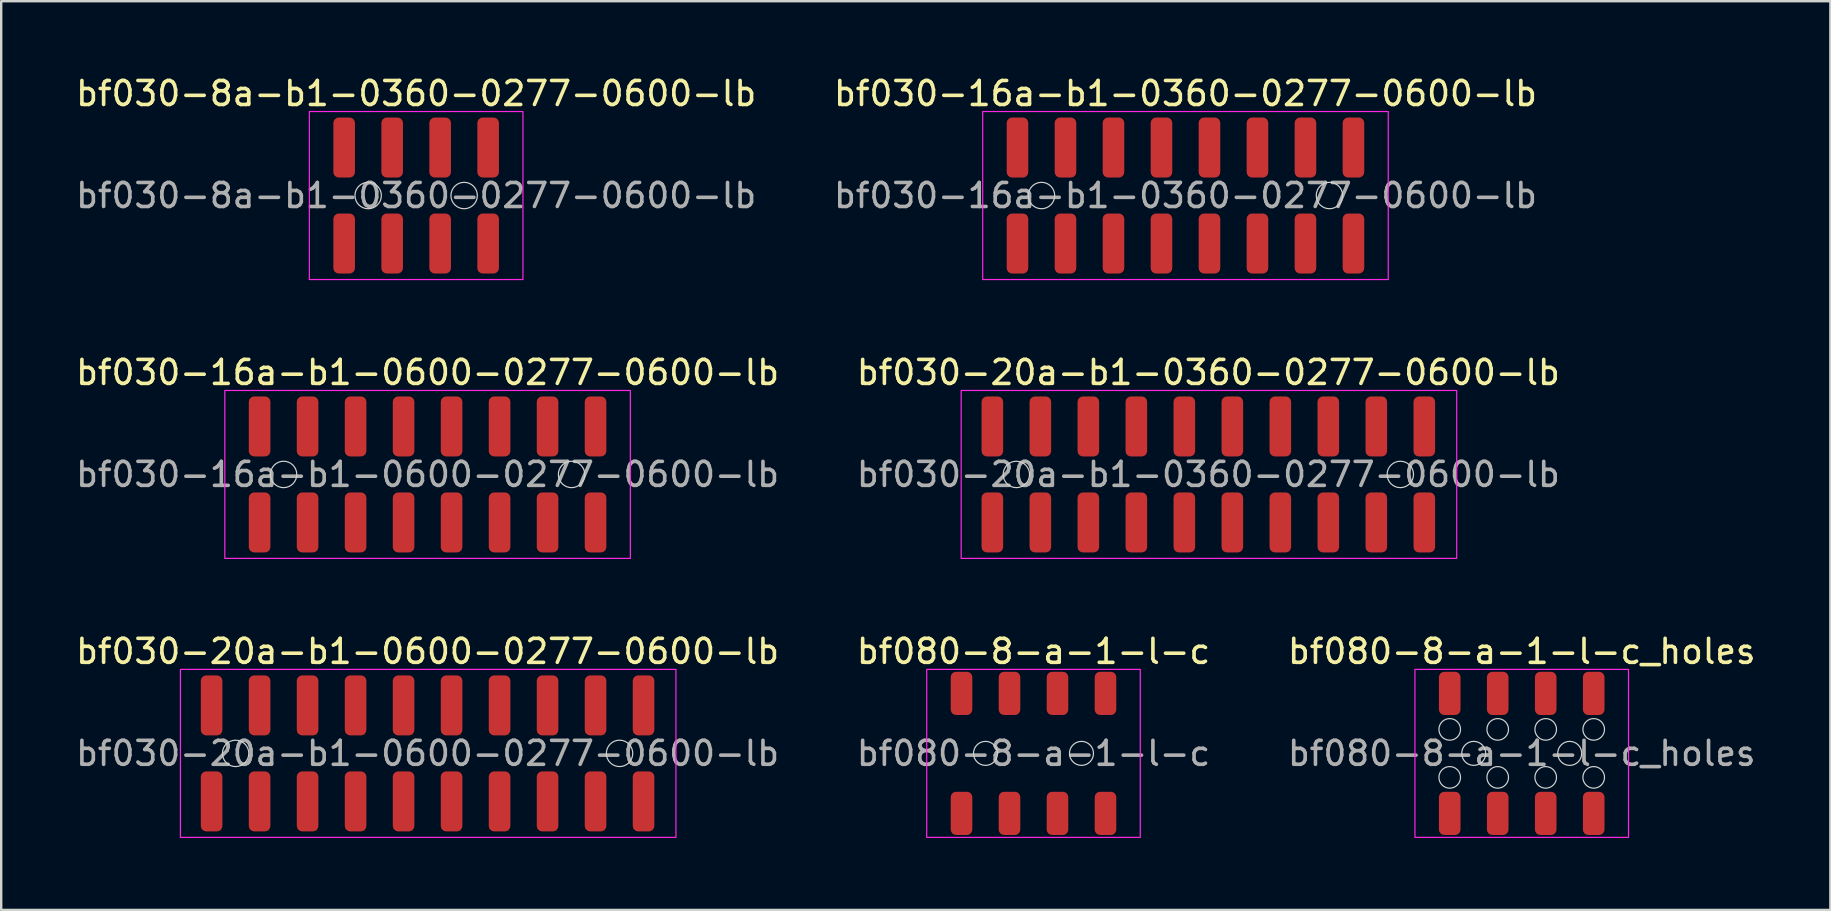
<source format=kicad_pcb>
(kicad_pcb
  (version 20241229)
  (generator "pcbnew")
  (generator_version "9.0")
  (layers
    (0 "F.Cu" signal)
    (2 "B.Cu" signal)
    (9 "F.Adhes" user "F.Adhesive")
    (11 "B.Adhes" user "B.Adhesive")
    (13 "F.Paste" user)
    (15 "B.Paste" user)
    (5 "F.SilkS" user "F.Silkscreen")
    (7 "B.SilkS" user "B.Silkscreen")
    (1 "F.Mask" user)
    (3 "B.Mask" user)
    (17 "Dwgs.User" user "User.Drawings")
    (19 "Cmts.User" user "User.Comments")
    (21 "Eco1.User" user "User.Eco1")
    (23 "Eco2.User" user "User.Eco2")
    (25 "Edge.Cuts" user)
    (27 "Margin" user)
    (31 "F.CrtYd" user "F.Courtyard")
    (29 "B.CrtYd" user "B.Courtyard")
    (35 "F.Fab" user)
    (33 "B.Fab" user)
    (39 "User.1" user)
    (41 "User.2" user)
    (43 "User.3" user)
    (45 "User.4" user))
  (footprint "bf030-20a-b1-0600-0277-0600-lb"
    (layer "F.Cu")
    (at 14.768 28.345)
    (property "Reference" "bf030-20a-b1-0600-0277-0600-lb" (at 0 -4.25 0) (unlocked yes) (layer "F.SilkS") (effects (font (size 1 1) (thickness 0.15))))
    (attr smd)
    (fp_circle (center -8 0) (end -7.45 0) (stroke (width 0.05) (type default)) (fill no) (layer "Edge.Cuts"))
    (fp_circle (center 8 0) (end 8.55 0) (stroke (width 0.05) (type default)) (fill no) (layer "Edge.Cuts"))
    (fp_poly (pts (xy -10.3 -3.5) (xy -10.3 3.5) (xy 10.35 3.5) (xy 10.35 -3.5)) (stroke (width 0.05) (type solid)) (fill no) (layer "F.CrtYd"))
    (fp_text user "${REFERENCE}" (at 0 0 0) (unlocked yes) (layer "F.Fab") (effects (font (size 1 1) (thickness 0.15))))
    (pad "1" smd roundrect (at -9 -2) (size 0.9 2.5) (layers "F.Cu" "F.Mask" "F.Paste") (roundrect_rratio 0.25))
    (pad "2" smd roundrect (at -9 2) (size 0.9 2.5) (layers "F.Cu" "F.Mask" "F.Paste") (roundrect_rratio 0.25))
    (pad "3" smd roundrect (at -7 -2) (size 0.9 2.5) (layers "F.Cu" "F.Mask" "F.Paste") (roundrect_rratio 0.25))
    (pad "4" smd roundrect (at -7 2) (size 0.9 2.5) (layers "F.Cu" "F.Mask" "F.Paste") (roundrect_rratio 0.25))
    (pad "5" smd roundrect (at -5 -2) (size 0.9 2.5) (layers "F.Cu" "F.Mask" "F.Paste") (roundrect_rratio 0.25))
    (pad "6" smd roundrect (at -5 2) (size 0.9 2.5) (layers "F.Cu" "F.Mask" "F.Paste") (roundrect_rratio 0.25))
    (pad "7" smd roundrect (at -3 -2) (size 0.9 2.5) (layers "F.Cu" "F.Mask" "F.Paste") (roundrect_rratio 0.25))
    (pad "8" smd roundrect (at -3 2) (size 0.9 2.5) (layers "F.Cu" "F.Mask" "F.Paste") (roundrect_rratio 0.25))
    (pad "9" smd roundrect (at -1 -2) (size 0.9 2.5) (layers "F.Cu" "F.Mask" "F.Paste") (roundrect_rratio 0.25))
    (pad "10" smd roundrect (at -1 2) (size 0.9 2.5) (layers "F.Cu" "F.Mask" "F.Paste") (roundrect_rratio 0.25))
    (pad "11" smd roundrect (at 1 -2) (size 0.9 2.5) (layers "F.Cu" "F.Mask" "F.Paste") (roundrect_rratio 0.25))
    (pad "12" smd roundrect (at 1 2) (size 0.9 2.5) (layers "F.Cu" "F.Mask" "F.Paste") (roundrect_rratio 0.25))
    (pad "13" smd roundrect (at 3 -2) (size 0.9 2.5) (layers "F.Cu" "F.Mask" "F.Paste") (roundrect_rratio 0.25))
    (pad "14" smd roundrect (at 3 2) (size 0.9 2.5) (layers "F.Cu" "F.Mask" "F.Paste") (roundrect_rratio 0.25))
    (pad "15" smd roundrect (at 5 -2) (size 0.9 2.5) (layers "F.Cu" "F.Mask" "F.Paste") (roundrect_rratio 0.25))
    (pad "16" smd roundrect (at 5 2) (size 0.9 2.5) (layers "F.Cu" "F.Mask" "F.Paste") (roundrect_rratio 0.25))
    (pad "17" smd roundrect (at 7 -2) (size 0.9 2.5) (layers "F.Cu" "F.Mask" "F.Paste") (roundrect_rratio 0.25))
    (pad "18" smd roundrect (at 7 2) (size 0.9 2.5) (layers "F.Cu" "F.Mask" "F.Paste") (roundrect_rratio 0.25))
    (pad "19" smd roundrect (at 9 -2) (size 0.9 2.5) (layers "F.Cu" "F.Mask" "F.Paste") (roundrect_rratio 0.25))
    (pad "20" smd roundrect (at 9 2) (size 0.9 2.5) (layers "F.Cu" "F.Mask" "F.Paste") (roundrect_rratio 0.25)))
  (footprint "bf030-20a-b1-0360-0277-0600-lb"
    (layer "F.Cu")
    (at 47.304 16.721)
    (property "Reference" "bf030-20a-b1-0360-0277-0600-lb" (at 0 -4.25 0) (unlocked yes) (layer "F.SilkS") (effects (font (size 1 1) (thickness 0.15))))
    (attr smd)
    (fp_circle (center -8 0) (end -7.45 0) (stroke (width 0.05) (type default)) (fill no) (layer "Edge.Cuts"))
    (fp_circle (center 8 0) (end 8.55 0) (stroke (width 0.05) (type default)) (fill no) (layer "Edge.Cuts"))
    (fp_poly (pts (xy -10.3 -3.5) (xy -10.3 3.5) (xy 10.35 3.5) (xy 10.35 -3.5)) (stroke (width 0.05) (type solid)) (fill no) (layer "F.CrtYd"))
    (fp_text user "${REFERENCE}" (at 0 0 0) (unlocked yes) (layer "F.Fab") (effects (font (size 1 1) (thickness 0.15))))
    (pad "1" smd roundrect (at -9 -2) (size 0.9 2.5) (layers "F.Cu" "F.Mask" "F.Paste") (roundrect_rratio 0.25))
    (pad "2" smd roundrect (at -9 2) (size 0.9 2.5) (layers "F.Cu" "F.Mask" "F.Paste") (roundrect_rratio 0.25))
    (pad "3" smd roundrect (at -7 -2) (size 0.9 2.5) (layers "F.Cu" "F.Mask" "F.Paste") (roundrect_rratio 0.25))
    (pad "4" smd roundrect (at -7 2) (size 0.9 2.5) (layers "F.Cu" "F.Mask" "F.Paste") (roundrect_rratio 0.25))
    (pad "5" smd roundrect (at -5 -2) (size 0.9 2.5) (layers "F.Cu" "F.Mask" "F.Paste") (roundrect_rratio 0.25))
    (pad "6" smd roundrect (at -5 2) (size 0.9 2.5) (layers "F.Cu" "F.Mask" "F.Paste") (roundrect_rratio 0.25))
    (pad "7" smd roundrect (at -3 -2) (size 0.9 2.5) (layers "F.Cu" "F.Mask" "F.Paste") (roundrect_rratio 0.25))
    (pad "8" smd roundrect (at -3 2) (size 0.9 2.5) (layers "F.Cu" "F.Mask" "F.Paste") (roundrect_rratio 0.25))
    (pad "9" smd roundrect (at -1 -2) (size 0.9 2.5) (layers "F.Cu" "F.Mask" "F.Paste") (roundrect_rratio 0.25))
    (pad "10" smd roundrect (at -1 2) (size 0.9 2.5) (layers "F.Cu" "F.Mask" "F.Paste") (roundrect_rratio 0.25))
    (pad "11" smd roundrect (at 1 -2) (size 0.9 2.5) (layers "F.Cu" "F.Mask" "F.Paste") (roundrect_rratio 0.25))
    (pad "12" smd roundrect (at 1 2) (size 0.9 2.5) (layers "F.Cu" "F.Mask" "F.Paste") (roundrect_rratio 0.25))
    (pad "13" smd roundrect (at 3 -2) (size 0.9 2.5) (layers "F.Cu" "F.Mask" "F.Paste") (roundrect_rratio 0.25))
    (pad "14" smd roundrect (at 3 2) (size 0.9 2.5) (layers "F.Cu" "F.Mask" "F.Paste") (roundrect_rratio 0.25))
    (pad "15" smd roundrect (at 5 -2) (size 0.9 2.5) (layers "F.Cu" "F.Mask" "F.Paste") (roundrect_rratio 0.25))
    (pad "16" smd roundrect (at 5 2) (size 0.9 2.5) (layers "F.Cu" "F.Mask" "F.Paste") (roundrect_rratio 0.25))
    (pad "17" smd roundrect (at 7 -2) (size 0.9 2.5) (layers "F.Cu" "F.Mask" "F.Paste") (roundrect_rratio 0.25))
    (pad "18" smd roundrect (at 7 2) (size 0.9 2.5) (layers "F.Cu" "F.Mask" "F.Paste") (roundrect_rratio 0.25))
    (pad "19" smd roundrect (at 9 -2) (size 0.9 2.5) (layers "F.Cu" "F.Mask" "F.Paste") (roundrect_rratio 0.25))
    (pad "20" smd roundrect (at 9 2) (size 0.9 2.5) (layers "F.Cu" "F.Mask" "F.Paste") (roundrect_rratio 0.25)))
  (footprint "bf080-8-a-1-l-c_holes"
    (layer "F.Cu")
    (at 60.363 28.345)
    (property "Reference" "bf080-8-a-1-l-c_holes" (at 0 -4.25 0) (unlocked yes) (layer "F.SilkS") (effects (font (size 1 1) (thickness 0.15))))
    (attr smd)
    (fp_circle (center -3 -1) (end -2.55 -1) (stroke (width 0.05) (type default)) (fill no) (layer "Edge.Cuts"))
    (fp_circle (center -3 1) (end -2.55 1) (stroke (width 0.05) (type default)) (fill no) (layer "Edge.Cuts"))
    (fp_circle (center -2 0) (end -1.5 0) (stroke (width 0.05) (type default)) (fill no) (layer "Edge.Cuts"))
    (fp_circle (center -1 -1) (end -0.55 -1) (stroke (width 0.05) (type default)) (fill no) (layer "Edge.Cuts"))
    (fp_circle (center -1 1) (end -0.55 1) (stroke (width 0.05) (type default)) (fill no) (layer "Edge.Cuts"))
    (fp_circle (center 1 -1) (end 1.45 -1) (stroke (width 0.05) (type default)) (fill no) (layer "Edge.Cuts"))
    (fp_circle (center 1 1) (end 1.45 1) (stroke (width 0.05) (type default)) (fill no) (layer "Edge.Cuts"))
    (fp_circle (center 2 0) (end 2.5 0) (stroke (width 0.05) (type default)) (fill no) (layer "Edge.Cuts"))
    (fp_circle (center 3 -1) (end 3.45 -1) (stroke (width 0.05) (type default)) (fill no) (layer "Edge.Cuts"))
    (fp_circle (center 3 1) (end 3.45 1) (stroke (width 0.05) (type default)) (fill no) (layer "Edge.Cuts"))
    (fp_poly (pts (xy -4.45 -3.5) (xy -4.45 3.5) (xy 4.45 3.5) (xy 4.45 -3.5)) (stroke (width 0.05) (type solid)) (fill no) (layer "F.CrtYd"))
    (fp_text user "${REFERENCE}" (at 0 0 0) (unlocked yes) (layer "F.Fab") (effects (font (size 1 1) (thickness 0.15))))
    (pad "1" smd roundrect (at -3 -2.5) (size 0.9 1.8) (layers "F.Cu" "F.Mask" "F.Paste") (roundrect_rratio 0.25))
    (pad "2" smd roundrect (at -3 2.5) (size 0.9 1.8) (layers "F.Cu" "F.Mask" "F.Paste") (roundrect_rratio 0.25))
    (pad "3" smd roundrect (at -1 -2.5) (size 0.9 1.8) (layers "F.Cu" "F.Mask" "F.Paste") (roundrect_rratio 0.25))
    (pad "4" smd roundrect (at -1 2.5) (size 0.9 1.8) (layers "F.Cu" "F.Mask" "F.Paste") (roundrect_rratio 0.25))
    (pad "5" smd roundrect (at 1 -2.5) (size 0.9 1.8) (layers "F.Cu" "F.Mask" "F.Paste") (roundrect_rratio 0.25))
    (pad "6" smd roundrect (at 1 2.5) (size 0.9 1.8) (layers "F.Cu" "F.Mask" "F.Paste") (roundrect_rratio 0.25))
    (pad "7" smd roundrect (at 3 -2.5) (size 0.9 1.8) (layers "F.Cu" "F.Mask" "F.Paste") (roundrect_rratio 0.25))
    (pad "8" smd roundrect (at 3 2.5) (size 0.9 1.8) (layers "F.Cu" "F.Mask" "F.Paste") (roundrect_rratio 0.25)))
  (footprint "bf030-16a-b1-0600-0277-0600-lb"
    (layer "F.Cu")
    (at 14.768 16.721)
    (property "Reference" "bf030-16a-b1-0600-0277-0600-lb" (at 0 -4.25 0) (unlocked yes) (layer "F.SilkS") (effects (font (size 1 1) (thickness 0.15))))
    (attr smd)
    (fp_circle (center -6 0) (end -5.45 0) (stroke (width 0.05) (type default)) (fill no) (layer "Edge.Cuts"))
    (fp_circle (center 6 0) (end 6.55 0) (stroke (width 0.05) (type default)) (fill no) (layer "Edge.Cuts"))
    (fp_poly (pts (xy -8.45 -3.5) (xy -8.45 3.5) (xy 8.45 3.5) (xy 8.45 -3.5)) (stroke (width 0.05) (type solid)) (fill no) (layer "F.CrtYd"))
    (fp_text user "${REFERENCE}" (at 0 0 0) (unlocked yes) (layer "F.Fab") (effects (font (size 1 1) (thickness 0.15))))
    (pad "1" smd roundrect (at -7 -2) (size 0.9 2.5) (layers "F.Cu" "F.Mask" "F.Paste") (roundrect_rratio 0.25))
    (pad "2" smd roundrect (at -7 2) (size 0.9 2.5) (layers "F.Cu" "F.Mask" "F.Paste") (roundrect_rratio 0.25))
    (pad "3" smd roundrect (at -5 -2) (size 0.9 2.5) (layers "F.Cu" "F.Mask" "F.Paste") (roundrect_rratio 0.25))
    (pad "4" smd roundrect (at -5 2) (size 0.9 2.5) (layers "F.Cu" "F.Mask" "F.Paste") (roundrect_rratio 0.25))
    (pad "5" smd roundrect (at -3 -2) (size 0.9 2.5) (layers "F.Cu" "F.Mask" "F.Paste") (roundrect_rratio 0.25))
    (pad "6" smd roundrect (at -3 2) (size 0.9 2.5) (layers "F.Cu" "F.Mask" "F.Paste") (roundrect_rratio 0.25))
    (pad "7" smd roundrect (at -1 -2) (size 0.9 2.5) (layers "F.Cu" "F.Mask" "F.Paste") (roundrect_rratio 0.25))
    (pad "8" smd roundrect (at -1 2) (size 0.9 2.5) (layers "F.Cu" "F.Mask" "F.Paste") (roundrect_rratio 0.25))
    (pad "9" smd roundrect (at 1 -2) (size 0.9 2.5) (layers "F.Cu" "F.Mask" "F.Paste") (roundrect_rratio 0.25))
    (pad "10" smd roundrect (at 1 2) (size 0.9 2.5) (layers "F.Cu" "F.Mask" "F.Paste") (roundrect_rratio 0.25))
    (pad "11" smd roundrect (at 3 -2) (size 0.9 2.5) (layers "F.Cu" "F.Mask" "F.Paste") (roundrect_rratio 0.25))
    (pad "12" smd roundrect (at 3 2) (size 0.9 2.5) (layers "F.Cu" "F.Mask" "F.Paste") (roundrect_rratio 0.25))
    (pad "13" smd roundrect (at 5 -2) (size 0.9 2.5) (layers "F.Cu" "F.Mask" "F.Paste") (roundrect_rratio 0.25))
    (pad "14" smd roundrect (at 5 2) (size 0.9 2.5) (layers "F.Cu" "F.Mask" "F.Paste") (roundrect_rratio 0.25))
    (pad "15" smd roundrect (at 7 -2) (size 0.9 2.5) (layers "F.Cu" "F.Mask" "F.Paste") (roundrect_rratio 0.25))
    (pad "16" smd roundrect (at 7 2) (size 0.9 2.5) (layers "F.Cu" "F.Mask" "F.Paste") (roundrect_rratio 0.25)))
  (footprint "bf030-8a-b1-0360-0277-0600-lb"
    (layer "F.Cu")
    (at 14.292 5.098)
    (property "Reference" "bf030-8a-b1-0360-0277-0600-lb" (at 0 -4.25 0) (unlocked yes) (layer "F.SilkS") (effects (font (size 1 1) (thickness 0.15))))
    (attr smd)
    (fp_circle (center -2 0) (end -1.45 0) (stroke (width 0.05) (type default)) (fill no) (layer "Edge.Cuts"))
    (fp_circle (center 2 0) (end 2.55 0) (stroke (width 0.05) (type default)) (fill no) (layer "Edge.Cuts"))
    (fp_poly (pts (xy -4.45 -3.5) (xy -4.45 3.5) (xy 4.45 3.5) (xy 4.45 -3.5)) (stroke (width 0.05) (type solid)) (fill no) (layer "F.CrtYd"))
    (fp_text user "${REFERENCE}" (at 0 0 0) (unlocked yes) (layer "F.Fab") (effects (font (size 1 1) (thickness 0.15))))
    (pad "1" smd roundrect (at -3 -2) (size 0.9 2.5) (layers "F.Cu" "F.Mask" "F.Paste") (roundrect_rratio 0.25))
    (pad "2" smd roundrect (at -3 2) (size 0.9 2.5) (layers "F.Cu" "F.Mask" "F.Paste") (roundrect_rratio 0.25))
    (pad "3" smd roundrect (at -1 -2) (size 0.9 2.5) (layers "F.Cu" "F.Mask" "F.Paste") (roundrect_rratio 0.25))
    (pad "4" smd roundrect (at -1 2) (size 0.9 2.5) (layers "F.Cu" "F.Mask" "F.Paste") (roundrect_rratio 0.25))
    (pad "5" smd roundrect (at 1 -2) (size 0.9 2.5) (layers "F.Cu" "F.Mask" "F.Paste") (roundrect_rratio 0.25))
    (pad "6" smd roundrect (at 1 2) (size 0.9 2.5) (layers "F.Cu" "F.Mask" "F.Paste") (roundrect_rratio 0.25))
    (pad "7" smd roundrect (at 3 -2) (size 0.9 2.5) (layers "F.Cu" "F.Mask" "F.Paste") (roundrect_rratio 0.25))
    (pad "8" smd roundrect (at 3 2) (size 0.9 2.5) (layers "F.Cu" "F.Mask" "F.Paste") (roundrect_rratio 0.25)))
  (footprint "bf030-16a-b1-0360-0277-0600-lb"
    (layer "F.Cu")
    (at 46.351 5.098)
    (property "Reference" "bf030-16a-b1-0360-0277-0600-lb" (at 0 -4.25 0) (unlocked yes) (layer "F.SilkS") (effects (font (size 1 1) (thickness 0.15))))
    (attr smd)
    (fp_circle (center -6 0) (end -5.45 0) (stroke (width 0.05) (type default)) (fill no) (layer "Edge.Cuts"))
    (fp_circle (center 6 0) (end 6.55 0) (stroke (width 0.05) (type default)) (fill no) (layer "Edge.Cuts"))
    (fp_poly (pts (xy -8.45 -3.5) (xy -8.45 3.5) (xy 8.45 3.5) (xy 8.45 -3.5)) (stroke (width 0.05) (type solid)) (fill no) (layer "F.CrtYd"))
    (fp_text user "${REFERENCE}" (at 0 0 0) (unlocked yes) (layer "F.Fab") (effects (font (size 1 1) (thickness 0.15))))
    (pad "1" smd roundrect (at -7 -2) (size 0.9 2.5) (layers "F.Cu" "F.Mask" "F.Paste") (roundrect_rratio 0.25))
    (pad "2" smd roundrect (at -7 2) (size 0.9 2.5) (layers "F.Cu" "F.Mask" "F.Paste") (roundrect_rratio 0.25))
    (pad "3" smd roundrect (at -5 -2) (size 0.9 2.5) (layers "F.Cu" "F.Mask" "F.Paste") (roundrect_rratio 0.25))
    (pad "4" smd roundrect (at -5 2) (size 0.9 2.5) (layers "F.Cu" "F.Mask" "F.Paste") (roundrect_rratio 0.25))
    (pad "5" smd roundrect (at -3 -2) (size 0.9 2.5) (layers "F.Cu" "F.Mask" "F.Paste") (roundrect_rratio 0.25))
    (pad "6" smd roundrect (at -3 2) (size 0.9 2.5) (layers "F.Cu" "F.Mask" "F.Paste") (roundrect_rratio 0.25))
    (pad "7" smd roundrect (at -1 -2) (size 0.9 2.5) (layers "F.Cu" "F.Mask" "F.Paste") (roundrect_rratio 0.25))
    (pad "8" smd roundrect (at -1 2) (size 0.9 2.5) (layers "F.Cu" "F.Mask" "F.Paste") (roundrect_rratio 0.25))
    (pad "9" smd roundrect (at 1 -2) (size 0.9 2.5) (layers "F.Cu" "F.Mask" "F.Paste") (roundrect_rratio 0.25))
    (pad "10" smd roundrect (at 1 2) (size 0.9 2.5) (layers "F.Cu" "F.Mask" "F.Paste") (roundrect_rratio 0.25))
    (pad "11" smd roundrect (at 3 -2) (size 0.9 2.5) (layers "F.Cu" "F.Mask" "F.Paste") (roundrect_rratio 0.25))
    (pad "12" smd roundrect (at 3 2) (size 0.9 2.5) (layers "F.Cu" "F.Mask" "F.Paste") (roundrect_rratio 0.25))
    (pad "13" smd roundrect (at 5 -2) (size 0.9 2.5) (layers "F.Cu" "F.Mask" "F.Paste") (roundrect_rratio 0.25))
    (pad "14" smd roundrect (at 5 2) (size 0.9 2.5) (layers "F.Cu" "F.Mask" "F.Paste") (roundrect_rratio 0.25))
    (pad "15" smd roundrect (at 7 -2) (size 0.9 2.5) (layers "F.Cu" "F.Mask" "F.Paste") (roundrect_rratio 0.25))
    (pad "16" smd roundrect (at 7 2) (size 0.9 2.5) (layers "F.Cu" "F.Mask" "F.Paste") (roundrect_rratio 0.25)))
  (footprint "bf080-8-a-1-l-c"
    (layer "F.Cu")
    (at 40.018 28.345)
    (property "Reference" "bf080-8-a-1-l-c" (at 0 -4.25 0) (unlocked yes) (layer "F.SilkS") (effects (font (size 1 1) (thickness 0.15))))
    (attr smd)
    (fp_circle (center -2 0) (end -1.5 0) (stroke (width 0.05) (type default)) (fill no) (layer "Edge.Cuts"))
    (fp_circle (center 2 0) (end 2.5 0) (stroke (width 0.05) (type default)) (fill no) (layer "Edge.Cuts"))
    (fp_poly (pts (xy -4.45 -3.5) (xy -4.45 3.5) (xy 4.45 3.5) (xy 4.45 -3.5)) (stroke (width 0.05) (type solid)) (fill no) (layer "F.CrtYd"))
    (fp_text user "${REFERENCE}" (at 0 0 0) (unlocked yes) (layer "F.Fab") (effects (font (size 1 1) (thickness 0.15))))
    (pad "1" smd roundrect (at -3 -2.5) (size 0.9 1.8) (layers "F.Cu" "F.Mask" "F.Paste") (roundrect_rratio 0.25))
    (pad "2" smd roundrect (at -3 2.5) (size 0.9 1.8) (layers "F.Cu" "F.Mask" "F.Paste") (roundrect_rratio 0.25))
    (pad "3" smd roundrect (at -1 -2.5) (size 0.9 1.8) (layers "F.Cu" "F.Mask" "F.Paste") (roundrect_rratio 0.25))
    (pad "4" smd roundrect (at -1 2.5) (size 0.9 1.8) (layers "F.Cu" "F.Mask" "F.Paste") (roundrect_rratio 0.25))
    (pad "5" smd roundrect (at 1 -2.5) (size 0.9 1.8) (layers "F.Cu" "F.Mask" "F.Paste") (roundrect_rratio 0.25))
    (pad "6" smd roundrect (at 1 2.5) (size 0.9 1.8) (layers "F.Cu" "F.Mask" "F.Paste") (roundrect_rratio 0.25))
    (pad "7" smd roundrect (at 3 -2.5) (size 0.9 1.8) (layers "F.Cu" "F.Mask" "F.Paste") (roundrect_rratio 0.25))
    (pad "8" smd roundrect (at 3 2.5) (size 0.9 1.8) (layers "F.Cu" "F.Mask" "F.Paste") (roundrect_rratio 0.25)))
  (gr_rect
    (start -3 -3)
    (end 73.226 34.87)
    (stroke (width 0.1) (type default))
    (fill no)
    (layer "Edge.Cuts")))
</source>
